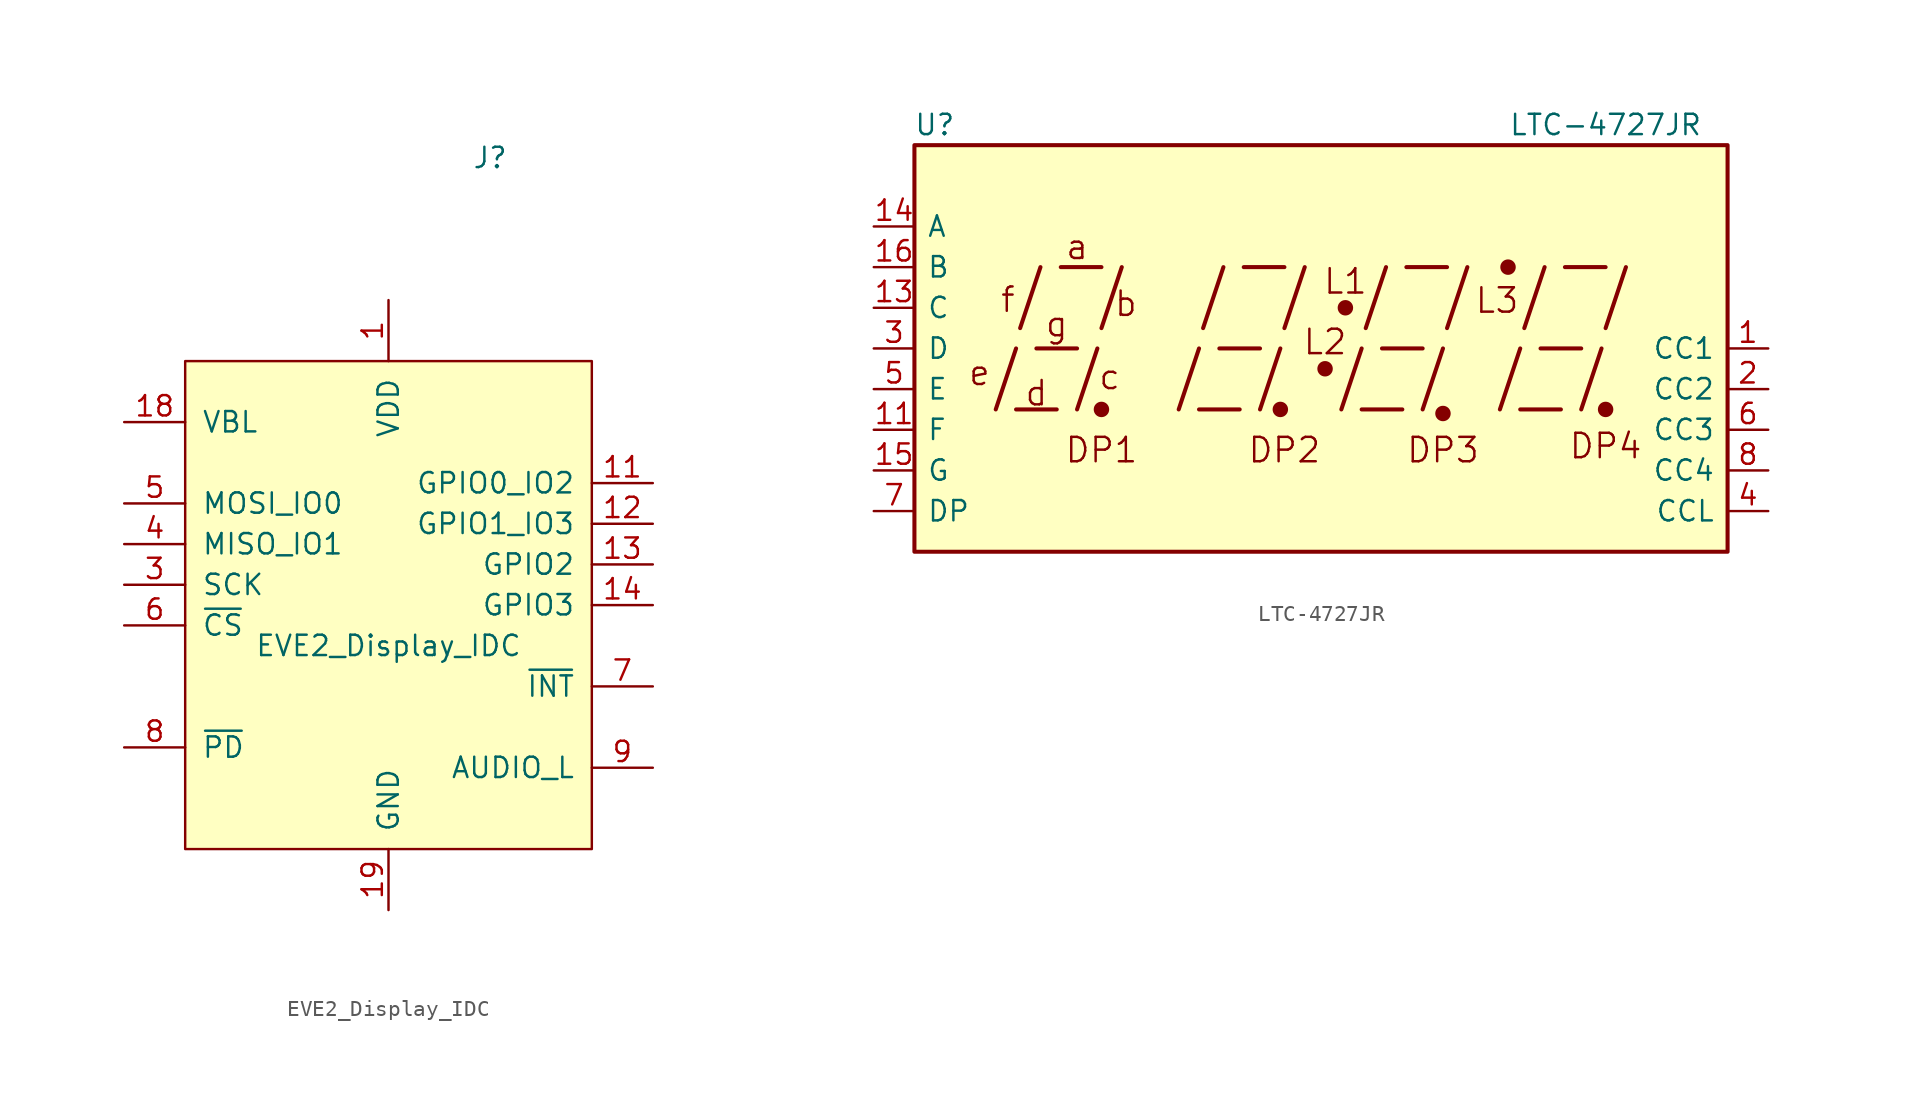
<source format=kicad_sym>
(kicad_symbol_lib
  (version 20211014)
  (generator kicad_symbol_editor)
  (symbol "EVE2_Display_IDC"
    (pin_names
      (offset 1.016))
    (property "Reference" "J"
      (at 6.35 27.94 0)
      (effects (font (size 1.27 1.27))))
    (property "Value" "EVE2_Display_IDC"
      (at 0 -2.54 0)
      (effects (font (size 1.27 1.27))))
    (symbol "EVE2_Display_IDC_0_1"
      (rectangle (start -12.7 15.24) (end 12.7 -15.24) (stroke (width 0) (type default) (color 0 0 0 0)) (fill (type background))))
    (symbol "EVE2_Display_IDC_1_1"
      (pin power_in line (at 0 19.05 270) (length 3.81) (name "VDD" (effects (font (size 1.27 1.27)))) (number "1" (effects (font (size 1.27 1.27)))))
      (pin no_connect line (at -5.08 -15.24 90) (length 3.81) hide (name "NC" (effects (font (size 1.27 1.27)))) (number "10" (effects (font (size 1.27 1.27)))))
      (pin passive line (at 16.51 7.62 180) (length 3.81) (name "GPIO0_IO2" (effects (font (size 1.27 1.27)))) (number "11" (effects (font (size 1.27 1.27)))))
      (pin passive line (at 16.51 5.08 180) (length 3.81) (name "GPIO1_IO3" (effects (font (size 1.27 1.27)))) (number "12" (effects (font (size 1.27 1.27)))))
      (pin passive line (at 16.51 2.54 180) (length 3.81) (name "GPIO2" (effects (font (size 1.27 1.27)))) (number "13" (effects (font (size 1.27 1.27)))))
      (pin passive line (at 16.51 0 180) (length 3.81) (name "GPIO3" (effects (font (size 1.27 1.27)))) (number "14" (effects (font (size 1.27 1.27)))))
      (pin no_connect line (at -6.35 -15.24 90) (length 3.81) hide (name "NC" (effects (font (size 1.27 1.27)))) (number "15" (effects (font (size 1.27 1.27)))))
      (pin no_connect line (at -3.81 -15.24 90) (length 3.81) hide (name "NC" (effects (font (size 1.27 1.27)))) (number "16" (effects (font (size 1.27 1.27)))))
      (pin passive line (at -16.51 11.43 0) (length 3.81) hide (name "VBL" (effects (font (size 1.27 1.27)))) (number "17" (effects (font (size 1.27 1.27)))))
      (pin power_in line (at -16.51 11.43 0) (length 3.81) (name "VBL" (effects (font (size 1.27 1.27)))) (number "18" (effects (font (size 1.27 1.27)))))
      (pin power_in line (at 0 -19.05 90) (length 3.81) (name "GND" (effects (font (size 1.27 1.27)))) (number "19" (effects (font (size 1.27 1.27)))))
      (pin passive line (at 0 -19.05 90) (length 3.81) hide (name "GND" (effects (font (size 1.27 1.27)))) (number "2" (effects (font (size 1.27 1.27)))))
      (pin passive line (at 0 -19.05 90) (length 3.81) hide (name "GND" (effects (font (size 1.27 1.27)))) (number "20" (effects (font (size 1.27 1.27)))))
      (pin input line (at -16.51 1.27 0) (length 3.81) (name "SCK" (effects (font (size 1.27 1.27)))) (number "3" (effects (font (size 1.27 1.27)))))
      (pin bidirectional line (at -16.51 3.81 0) (length 3.81) (name "MISO_IO1" (effects (font (size 1.27 1.27)))) (number "4" (effects (font (size 1.27 1.27)))))
      (pin input line (at -16.51 6.35 0) (length 3.81) (name "MOSI_IO0" (effects (font (size 1.27 1.27)))) (number "5" (effects (font (size 1.27 1.27)))))
      (pin input line (at -16.51 -1.27 0) (length 3.81) (name "~{CS}" (effects (font (size 1.27 1.27)))) (number "6" (effects (font (size 1.27 1.27)))))
      (pin output line (at 16.51 -5.08 180) (length 3.81) (name "~{INT}" (effects (font (size 1.27 1.27)))) (number "7" (effects (font (size 1.27 1.27)))))
      (pin input line (at -16.51 -8.89 0) (length 3.81) (name "~{PD}" (effects (font (size 1.27 1.27)))) (number "8" (effects (font (size 1.27 1.27)))))
      (pin output line (at 16.51 -10.16 180) (length 3.81) (name "AUDIO_L" (effects (font (size 1.27 1.27)))) (number "9" (effects (font (size 1.27 1.27)))))))
  (symbol "LTC-4727JR"
    (pin_names
      (offset 0.762))
    (property "Reference" "U"
      (at -24.13 13.97 0)
      (effects (font (size 1.27 1.27))))
    (property "Value" "LTC-4727JR"
      (at 17.78 13.97 0)
      (effects (font (size 1.27 1.27))))
    (symbol "LTC-4727JR_0_0"
      (rectangle (start -25.4 12.7) (end 25.4 -12.7) (stroke (width 0.254) (type default) (color 0 0 0 0)) (fill (type background)))
      (polyline (pts (xy -20.32 -3.81) (xy -19.05 0)) (stroke (width 0.254) (type default) (color 0 0 0 0)) (fill (type none)))
      (polyline (pts (xy -19.05 -3.81) (xy -16.51 -3.81)) (stroke (width 0.254) (type default) (color 0 0 0 0)) (fill (type none)))
      (polyline (pts (xy -18.796 1.27) (xy -17.526 5.08)) (stroke (width 0.254) (type default) (color 0 0 0 0)) (fill (type none)))
      (polyline (pts (xy -17.78 0) (xy -15.24 0)) (stroke (width 0.254) (type default) (color 0 0 0 0)) (fill (type none)))
      (polyline (pts (xy -16.256 5.08) (xy -13.716 5.08)) (stroke (width 0.254) (type default) (color 0 0 0 0)) (fill (type none)))
      (polyline (pts (xy -15.24 -3.81) (xy -13.97 0)) (stroke (width 0.254) (type default) (color 0 0 0 0)) (fill (type none)))
      (polyline (pts (xy -13.716 1.27) (xy -12.446 5.08)) (stroke (width 0.254) (type default) (color 0 0 0 0)) (fill (type none)))
      (polyline (pts (xy -8.89 -3.81) (xy -7.62 0)) (stroke (width 0.254) (type default) (color 0 0 0 0)) (fill (type none)))
      (polyline (pts (xy -7.62 -3.81) (xy -5.08 -3.81)) (stroke (width 0.254) (type default) (color 0 0 0 0)) (fill (type none)))
      (polyline (pts (xy -7.366 1.27) (xy -6.096 5.08)) (stroke (width 0.254) (type default) (color 0 0 0 0)) (fill (type none)))
      (polyline (pts (xy -6.35 0) (xy -3.81 0)) (stroke (width 0.254) (type default) (color 0 0 0 0)) (fill (type none)))
      (polyline (pts (xy -4.826 5.08) (xy -2.286 5.08)) (stroke (width 0.254) (type default) (color 0 0 0 0)) (fill (type none)))
      (polyline (pts (xy -3.81 -3.81) (xy -2.54 0)) (stroke (width 0.254) (type default) (color 0 0 0 0)) (fill (type none)))
      (polyline (pts (xy -2.286 1.27) (xy -1.016 5.08)) (stroke (width 0.254) (type default) (color 0 0 0 0)) (fill (type none)))
      (polyline (pts (xy 1.27 -3.81) (xy 2.54 0)) (stroke (width 0.254) (type default) (color 0 0 0 0)) (fill (type none)))
      (polyline (pts (xy 2.54 -3.81) (xy 5.08 -3.81)) (stroke (width 0.254) (type default) (color 0 0 0 0)) (fill (type none)))
      (polyline (pts (xy 2.794 1.27) (xy 4.064 5.08)) (stroke (width 0.254) (type default) (color 0 0 0 0)) (fill (type none)))
      (polyline (pts (xy 3.81 0) (xy 6.35 0)) (stroke (width 0.254) (type default) (color 0 0 0 0)) (fill (type none)))
      (polyline (pts (xy 5.334 5.08) (xy 7.874 5.08)) (stroke (width 0.254) (type default) (color 0 0 0 0)) (fill (type none)))
      (polyline (pts (xy 6.35 -3.81) (xy 7.62 0)) (stroke (width 0.254) (type default) (color 0 0 0 0)) (fill (type none)))
      (polyline (pts (xy 7.874 1.27) (xy 9.144 5.08)) (stroke (width 0.254) (type default) (color 0 0 0 0)) (fill (type none)))
      (polyline (pts (xy 11.176 -3.81) (xy 12.446 0)) (stroke (width 0.254) (type default) (color 0 0 0 0)) (fill (type none)))
      (polyline (pts (xy 12.446 -3.81) (xy 14.986 -3.81)) (stroke (width 0.254) (type default) (color 0 0 0 0)) (fill (type none)))
      (polyline (pts (xy 12.7 1.27) (xy 13.97 5.08)) (stroke (width 0.254) (type default) (color 0 0 0 0)) (fill (type none)))
      (polyline (pts (xy 13.716 0) (xy 16.256 0)) (stroke (width 0.254) (type default) (color 0 0 0 0)) (fill (type none)))
      (polyline (pts (xy 15.24 5.08) (xy 17.78 5.08)) (stroke (width 0.254) (type default) (color 0 0 0 0)) (fill (type none)))
      (polyline (pts (xy 16.256 -3.81) (xy 17.526 0)) (stroke (width 0.254) (type default) (color 0 0 0 0)) (fill (type none)))
      (polyline (pts (xy 17.78 1.27) (xy 19.05 5.08)) (stroke (width 0.254) (type default) (color 0 0 0 0)) (fill (type none)))
      (text "a" (at -15.24 6.35 0) (effects (font (size 1.524 1.524))))
      (text "b" (at -12.192 2.794 0) (effects (font (size 1.524 1.524))))
      (text "c" (at -13.208 -1.778 0) (effects (font (size 1.524 1.524))))
      (text "d" (at -17.78 -2.794 0) (effects (font (size 1.524 1.524))))
      (text "DP1" (at -13.716 -6.35 0) (effects (font (size 1.524 1.524))))
      (text "DP2" (at -2.286 -6.35 0) (effects (font (size 1.524 1.524))))
      (text "DP3" (at 7.62 -6.35 0) (effects (font (size 1.524 1.524))))
      (text "DP4" (at 17.78 -6.096 0) (effects (font (size 1.524 1.524))))
      (text "e" (at -21.336 -1.524 0) (effects (font (size 1.524 1.524))))
      (text "f" (at -19.558 3.048 0) (effects (font (size 1.524 1.524))))
      (text "g" (at -16.51 1.524 0) (effects (font (size 1.524 1.524))))
      (text "L1" (at 1.524 4.191 0) (effects (font (size 1.524 1.524))))
      (text "L2" (at 0.254 0.406 0) (effects (font (size 1.524 1.524))))
      (text "L3" (at 10.998 2.997 0) (effects (font (size 1.524 1.524)))))
    (symbol "LTC-4727JR_0_1"
      (circle (center -13.716 -3.81) (radius 0.356) (stroke (width 0.254) (type default) (color 0 0 0 0)) (fill (type outline)))
      (circle (center -2.54 -3.81) (radius 0.356) (stroke (width 0.254) (type default) (color 0 0 0 0)) (fill (type outline)))
      (circle (center 0.254 -1.27) (radius 0.356) (stroke (width 0.254) (type default) (color 0 0 0 0)) (fill (type outline)))
      (circle (center 1.524 2.54) (radius 0.356) (stroke (width 0.254) (type default) (color 0 0 0 0)) (fill (type outline)))
      (circle (center 11.684 5.08) (radius 0.356) (stroke (width 0.254) (type default) (color 0 0 0 0)) (fill (type outline))))
    (symbol "LTC-4727JR_1_0"
      (circle (center 7.62 -4.064) (radius 0.356) (stroke (width 0.254) (type default) (color 0 0 0 0)) (fill (type outline)))
      (circle (center 17.78 -3.81) (radius 0.356) (stroke (width 0.254) (type default) (color 0 0 0 0)) (fill (type outline))))
    (symbol "LTC-4727JR_1_1"
      (pin input line (at 27.94 0 180) (length 2.54) (name "CC1" (effects (font (size 1.27 1.27)))) (number "1" (effects (font (size 1.27 1.27)))))
      (pin input line (at -27.94 -5.08 0) (length 2.54) (name "F" (effects (font (size 1.27 1.27)))) (number "11" (effects (font (size 1.27 1.27)))))
      (pin input line (at -27.94 2.54 0) (length 2.54) (name "C" (effects (font (size 1.27 1.27)))) (number "13" (effects (font (size 1.27 1.27)))))
      (pin input line (at -27.94 7.62 0) (length 2.54) (name "A" (effects (font (size 1.27 1.27)))) (number "14" (effects (font (size 1.27 1.27)))))
      (pin input line (at -27.94 -7.62 0) (length 2.54) (name "G" (effects (font (size 1.27 1.27)))) (number "15" (effects (font (size 1.27 1.27)))))
      (pin input line (at -27.94 5.08 0) (length 2.54) (name "B" (effects (font (size 1.27 1.27)))) (number "16" (effects (font (size 1.27 1.27)))))
      (pin input line (at 27.94 -2.54 180) (length 2.54) (name "CC2" (effects (font (size 1.27 1.27)))) (number "2" (effects (font (size 1.27 1.27)))))
      (pin input line (at -27.94 0 0) (length 2.54) (name "D" (effects (font (size 1.27 1.27)))) (number "3" (effects (font (size 1.27 1.27)))))
      (pin input line (at 27.94 -10.16 180) (length 2.54) (name "CCL" (effects (font (size 1.27 1.27)))) (number "4" (effects (font (size 1.27 1.27)))))
      (pin input line (at -27.94 -2.54 0) (length 2.54) (name "E" (effects (font (size 1.27 1.27)))) (number "5" (effects (font (size 1.27 1.27)))))
      (pin input line (at 27.94 -5.08 180) (length 2.54) (name "CC3" (effects (font (size 1.27 1.27)))) (number "6" (effects (font (size 1.27 1.27)))))
      (pin input line (at -27.94 -10.16 0) (length 2.54) (name "DP" (effects (font (size 1.27 1.27)))) (number "7" (effects (font (size 1.27 1.27)))))
      (pin input line (at 27.94 -7.62 180) (length 2.54) (name "CC4" (effects (font (size 1.27 1.27)))) (number "8" (effects (font (size 1.27 1.27)))))
      (pin no_connect line (at 27.94 3.81 180) (length 2.54) hide (name "~" (effects (font (size 1.27 1.27)))) (number "9" (effects (font (size 1.27 1.27))))))))
</source>
